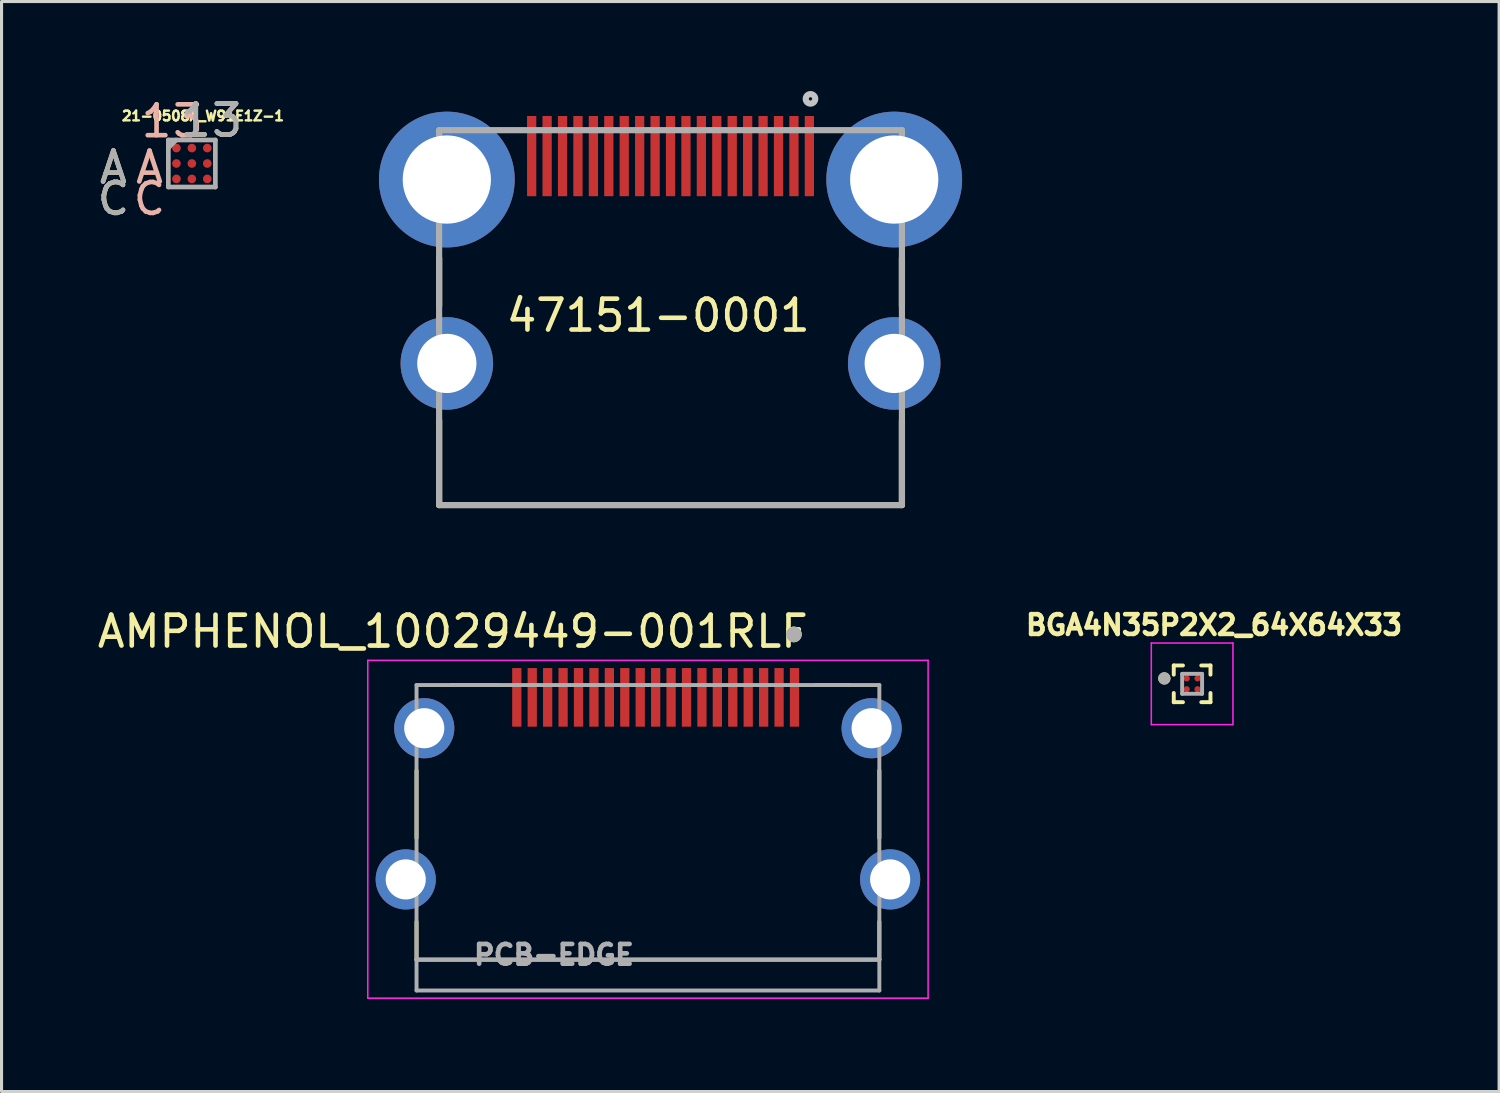
<source format=kicad_pcb>
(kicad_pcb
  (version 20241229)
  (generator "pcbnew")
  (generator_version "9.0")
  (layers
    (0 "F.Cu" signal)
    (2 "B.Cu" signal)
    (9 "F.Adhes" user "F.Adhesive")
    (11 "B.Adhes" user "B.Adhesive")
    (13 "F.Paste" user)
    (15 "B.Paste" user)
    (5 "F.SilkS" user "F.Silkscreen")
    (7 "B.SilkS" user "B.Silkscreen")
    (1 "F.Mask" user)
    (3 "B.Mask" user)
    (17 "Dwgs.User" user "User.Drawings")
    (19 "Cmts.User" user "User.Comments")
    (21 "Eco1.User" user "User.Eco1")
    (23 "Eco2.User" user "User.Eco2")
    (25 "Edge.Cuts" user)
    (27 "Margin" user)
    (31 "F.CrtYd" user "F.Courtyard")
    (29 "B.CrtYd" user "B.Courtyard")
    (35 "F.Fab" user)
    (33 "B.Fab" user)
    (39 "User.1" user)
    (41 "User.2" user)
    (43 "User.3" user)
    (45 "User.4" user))
  (footprint "21-0508A_W91E1Z-1"
    (layer "F.Cu")
    (at 3.168 2.249)
    (property "Reference" "21-0508A_W91E1Z-1" (at 0.36 -1.54 0) (layer "F.SilkS") (effects (font (size 0.315 0.315) (thickness 0.15))))
    (attr through_hole)
    (fp_line (start -0.762 -0.762) (end -0.762 0.762) (stroke (width 0.152) (type solid)) (layer "F.Fab"))
    (fp_line (start -0.762 0.762) (end 0.762 0.762) (stroke (width 0.152) (type solid)) (layer "F.Fab"))
    (fp_line (start -0.508 -0.762) (end -0.762 -0.508) (stroke (width 0.152) (type solid)) (layer "F.Fab"))
    (fp_line (start 0.762 -0.762) (end -0.762 -0.762) (stroke (width 0.152) (type solid)) (layer "F.Fab"))
    (fp_line (start 0.762 0.762) (end 0.762 -0.762) (stroke (width 0.152) (type solid)) (layer "F.Fab"))
    (fp_text user "C" (at -2.541 1.143 0) (layer "F.SilkS") (effects (font (size 1 1) (thickness 0.15))))
    (fp_text user "3" (at 1.144 -1.398 0) (layer "F.SilkS") (effects (font (size 1.001 1.001) (thickness 0.15))))
    (fp_text user "1" (at 0.127 -1.398 0) (layer "F.SilkS") (effects (font (size 1.001 1.001) (thickness 0.15))))
    (fp_text user "A" (at -2.544 0.127 0) (layer "F.SilkS") (effects (font (size 1.002 1.002) (thickness 0.15))))
    (fp_text user "C" (at -1.374 1.145 0) (layer "B.SilkS") (effects (font (size 1.002 1.002) (thickness 0.15))))
    (fp_text user "1" (at -1.144 -1.373 0) (layer "B.SilkS") (effects (font (size 1.001 1.001) (thickness 0.15))))
    (fp_text user "A" (at -1.372 0.127 0) (layer "B.SilkS") (effects (font (size 1 1) (thickness 0.15))))
    (fp_text user "3" (at -0.127 -1.372 0) (layer "B.SilkS") (effects (font (size 1 1) (thickness 0.15))))
    (fp_text user "1" (at 0.127 -1.399 0) (layer "F.Fab") (effects (font (size 1.002 1.002) (thickness 0.15))))
    (fp_text user "A" (at -2.543 0.127 0) (layer "F.Fab") (effects (font (size 1.001 1.001) (thickness 0.15))))
    (fp_text user "C" (at -2.543 1.144 0) (layer "F.Fab") (effects (font (size 1.001 1.001) (thickness 0.15))))
    (fp_text user "3" (at 1.144 -1.398 0) (layer "F.Fab") (effects (font (size 1.001 1.001) (thickness 0.15))))
    (pad "A1" smd circle (at -0.5 -0.5) (size 0.279 0.279) (layers "F.Cu" "F.Mask" "F.Paste"))
    (pad "A2" smd circle (at 0 -0.5) (size 0.279 0.279) (layers "F.Cu" "F.Mask" "F.Paste"))
    (pad "A3" smd circle (at 0.5 -0.5) (size 0.279 0.279) (layers "F.Cu" "F.Mask" "F.Paste"))
    (pad "B1" smd circle (at -0.5 0) (size 0.279 0.279) (layers "F.Cu" "F.Mask" "F.Paste"))
    (pad "B2" smd circle (at 0 0) (size 0.279 0.279) (layers "F.Cu" "F.Mask" "F.Paste"))
    (pad "B3" smd circle (at 0.5 0) (size 0.279 0.279) (layers "F.Cu" "F.Mask" "F.Paste"))
    (pad "C1" smd circle (at -0.5 0.5) (size 0.279 0.279) (layers "F.Cu" "F.Mask" "F.Paste"))
    (pad "C2" smd circle (at 0 0.5) (size 0.279 0.279) (layers "F.Cu" "F.Mask" "F.Paste"))
    (pad "C3" smd circle (at 0.5 0.5) (size 0.279 0.279) (layers "F.Cu" "F.Mask" "F.Paste")))
  (footprint "47151-0001"
    (layer "F.Cu")
    (at 18.682 13.319)
    (property "Reference" "47151-0001" (at -0.399 -6.144 0) (layer "F.SilkS") (effects (font (size 1 1) (thickness 0.15))))
    (attr through_hole)
    (fp_line (start -7.5 -8) (end -7.5 -6.45) (stroke (width 0.2) (type solid)) (layer "F.SilkS"))
    (fp_line (start -7.5 0) (end -7.5 -2.75) (stroke (width 0.2) (type solid)) (layer "F.SilkS"))
    (fp_line (start -7.5 0) (end 7.5 0) (stroke (width 0.2) (type solid)) (layer "F.SilkS"))
    (fp_line (start 7.5 -8) (end 7.5 -6.45) (stroke (width 0.2) (type solid)) (layer "F.SilkS"))
    (fp_line (start 7.5 0) (end 7.5 -2.75) (stroke (width 0.2) (type solid)) (layer "F.SilkS"))
    (fp_circle (center 4.536 -13.165) (end 4.59 -13.165) (stroke (width 0.2) (type solid)) (fill no) (layer "Dwgs.User"))
    (fp_line (start -7.5 -12.15) (end 7.5 -12.15) (stroke (width 0.2) (type solid)) (layer "F.Fab"))
    (fp_line (start -7.5 0) (end -7.5 -12.15) (stroke (width 0.2) (type solid)) (layer "F.Fab"))
    (fp_line (start 7.5 -12.15) (end 7.5 0) (stroke (width 0.2) (type solid)) (layer "F.Fab"))
    (fp_line (start 7.5 0) (end -7.5 0) (stroke (width 0.2) (type solid)) (layer "F.Fab"))
    (pad "1" smd rect (at 4.5 -11.31 90) (size 2.6 0.3) (layers "F.Cu" "F.Mask" "F.Paste"))
    (pad "2" smd rect (at 4 -11.31 90) (size 2.6 0.3) (layers "F.Cu" "F.Mask" "F.Paste"))
    (pad "3" smd rect (at 3.5 -11.31 90) (size 2.6 0.3) (layers "F.Cu" "F.Mask" "F.Paste"))
    (pad "4" smd rect (at 3 -11.31 90) (size 2.6 0.3) (layers "F.Cu" "F.Mask" "F.Paste"))
    (pad "5" smd rect (at 2.5 -11.31 90) (size 2.6 0.3) (layers "F.Cu" "F.Mask" "F.Paste"))
    (pad "6" smd rect (at 2 -11.31 90) (size 2.6 0.3) (layers "F.Cu" "F.Mask" "F.Paste"))
    (pad "7" smd rect (at 1.5 -11.31 90) (size 2.6 0.3) (layers "F.Cu" "F.Mask" "F.Paste"))
    (pad "8" smd rect (at 1 -11.31 90) (size 2.6 0.3) (layers "F.Cu" "F.Mask" "F.Paste"))
    (pad "9" smd rect (at 0.5 -11.31 90) (size 2.6 0.3) (layers "F.Cu" "F.Mask" "F.Paste"))
    (pad "10" smd rect (at 0 -11.31 90) (size 2.6 0.3) (layers "F.Cu" "F.Mask" "F.Paste"))
    (pad "11" smd rect (at -0.5 -11.31 90) (size 2.6 0.3) (layers "F.Cu" "F.Mask" "F.Paste"))
    (pad "12" smd rect (at -1 -11.31 90) (size 2.6 0.3) (layers "F.Cu" "F.Mask" "F.Paste"))
    (pad "13" smd rect (at -1.5 -11.31 90) (size 2.6 0.3) (layers "F.Cu" "F.Mask" "F.Paste"))
    (pad "14" smd rect (at -2 -11.31 90) (size 2.6 0.3) (layers "F.Cu" "F.Mask" "F.Paste"))
    (pad "15" smd rect (at -2.5 -11.31 90) (size 2.6 0.3) (layers "F.Cu" "F.Mask" "F.Paste"))
    (pad "16" smd rect (at -3 -11.31 90) (size 2.6 0.3) (layers "F.Cu" "F.Mask" "F.Paste"))
    (pad "17" smd rect (at -3.5 -11.31 90) (size 2.6 0.3) (layers "F.Cu" "F.Mask" "F.Paste"))
    (pad "18" smd rect (at -4 -11.31 90) (size 2.6 0.3) (layers "F.Cu" "F.Mask" "F.Paste"))
    (pad "19" smd rect (at -4.5 -11.31 90) (size 2.6 0.3) (layers "F.Cu" "F.Mask" "F.Paste"))
    (pad "20" thru_hole circle (at -7.25 -10.55) (size 4.4 4.4) (drill 2.86) (layers "*.Cu" "*.Mask"))
    (pad "21" thru_hole circle (at 7.25 -10.55) (size 4.4 4.4) (drill 2.86) (layers "*.Cu" "*.Mask"))
    (pad "22" thru_hole circle (at -7.25 -4.59) (size 3 3) (drill 1.92) (layers "*.Cu" "*.Mask"))
    (pad "23" thru_hole circle (at 7.25 -4.59) (size 3 3) (drill 1.92) (layers "*.Cu" "*.Mask")))
  (footprint "AMPHENOL_10029449-001RLF"
    (layer "F.Cu")
    (at 17.95 20.552)
    (property "Reference" "AMPHENOL_10029449-001RLF" (at -6.325 -3.135 0) (layer "F.SilkS") (effects (font (size 1 1) (thickness 0.15))))
    (attr through_hole)
    (fp_line (start -7.5 3.56) (end -7.5 1.37) (stroke (width 0.127) (type solid)) (layer "F.SilkS"))
    (fp_line (start -7.5 7.5) (end -7.5 6.27) (stroke (width 0.127) (type solid)) (layer "F.SilkS"))
    (fp_line (start -6.35 -1.4) (end -4.85 -1.4) (stroke (width 0.127) (type solid)) (layer "F.SilkS"))
    (fp_line (start 5.45 -1.4) (end 6.55 -1.4) (stroke (width 0.127) (type solid)) (layer "F.SilkS"))
    (fp_line (start 7.5 1.37) (end 7.5 3.56) (stroke (width 0.127) (type solid)) (layer "F.SilkS"))
    (fp_line (start 7.5 6.27) (end 7.5 7.5) (stroke (width 0.127) (type solid)) (layer "F.SilkS"))
    (fp_line (start 7.5 7.5) (end -7.5 7.5) (stroke (width 0.127) (type solid)) (layer "F.SilkS"))
    (fp_circle (center 4.73 -3.04) (end 4.984 -3.04) (stroke (width 0) (type solid)) (fill yes) (layer "F.SilkS"))
    (fp_line (start -9.08 -2.2) (end 9.08 -2.2) (stroke (width 0.05) (type solid)) (layer "F.CrtYd"))
    (fp_line (start -9.08 8.75) (end -9.08 -2.2) (stroke (width 0.05) (type solid)) (layer "F.CrtYd"))
    (fp_line (start 9.08 -2.2) (end 9.08 8.75) (stroke (width 0.05) (type solid)) (layer "F.CrtYd"))
    (fp_line (start 9.08 8.75) (end -9.08 8.75) (stroke (width 0.05) (type solid)) (layer "F.CrtYd"))
    (fp_line (start -7.5 -1.4) (end 7.5 -1.4) (stroke (width 0.127) (type solid)) (layer "F.Fab"))
    (fp_line (start -7.5 7.5) (end -7.5 -1.4) (stroke (width 0.127) (type solid)) (layer "F.Fab"))
    (fp_line (start -7.5 8.5) (end -7.5 7.5) (stroke (width 0.127) (type solid)) (layer "F.Fab"))
    (fp_line (start 7.5 -1.4) (end 7.5 7.5) (stroke (width 0.127) (type solid)) (layer "F.Fab"))
    (fp_line (start 7.5 7.5) (end -7.5 7.5) (stroke (width 0.127) (type solid)) (layer "F.Fab"))
    (fp_line (start 7.5 7.5) (end 7.5 8.5) (stroke (width 0.127) (type solid)) (layer "F.Fab"))
    (fp_line (start 7.5 8.5) (end -7.5 8.5) (stroke (width 0.127) (type solid)) (layer "F.Fab"))
    (fp_circle (center 4.73 -3.04) (end 4.984 -3.04) (stroke (width 0) (type solid)) (fill yes) (layer "F.Fab"))
    (fp_text user "PCB-EDGE" (at -3.048 7.343 0) (layer "F.Fab") (effects (font (size 0.64 0.64) (thickness 0.15))))
    (pad "1" smd rect (at 4.75 -1 90) (size 1.9 0.3) (layers "F.Cu" "F.Mask" "F.Paste"))
    (pad "2" smd rect (at 4.25 -1 90) (size 1.9 0.3) (layers "F.Cu" "F.Mask" "F.Paste"))
    (pad "3" smd rect (at 3.75 -1 90) (size 1.9 0.3) (layers "F.Cu" "F.Mask" "F.Paste"))
    (pad "4" smd rect (at 3.25 -1 90) (size 1.9 0.3) (layers "F.Cu" "F.Mask" "F.Paste"))
    (pad "5" smd rect (at 2.75 -1 90) (size 1.9 0.3) (layers "F.Cu" "F.Mask" "F.Paste"))
    (pad "6" smd rect (at 2.25 -1 90) (size 1.9 0.3) (layers "F.Cu" "F.Mask" "F.Paste"))
    (pad "7" smd rect (at 1.75 -1 90) (size 1.9 0.3) (layers "F.Cu" "F.Mask" "F.Paste"))
    (pad "8" smd rect (at 1.25 -1 90) (size 1.9 0.3) (layers "F.Cu" "F.Mask" "F.Paste"))
    (pad "9" smd rect (at 0.75 -1 90) (size 1.9 0.3) (layers "F.Cu" "F.Mask" "F.Paste"))
    (pad "10" smd rect (at 0.25 -1 90) (size 1.9 0.3) (layers "F.Cu" "F.Mask" "F.Paste"))
    (pad "11" smd rect (at -0.25 -1 90) (size 1.9 0.3) (layers "F.Cu" "F.Mask" "F.Paste"))
    (pad "12" smd rect (at -0.75 -1 90) (size 1.9 0.3) (layers "F.Cu" "F.Mask" "F.Paste"))
    (pad "13" smd rect (at -1.25 -1 90) (size 1.9 0.3) (layers "F.Cu" "F.Mask" "F.Paste"))
    (pad "14" smd rect (at -1.75 -1 90) (size 1.9 0.3) (layers "F.Cu" "F.Mask" "F.Paste"))
    (pad "15" smd rect (at -2.25 -1 90) (size 1.9 0.3) (layers "F.Cu" "F.Mask" "F.Paste"))
    (pad "16" smd rect (at -2.75 -1 90) (size 1.9 0.3) (layers "F.Cu" "F.Mask" "F.Paste"))
    (pad "17" smd rect (at -3.25 -1 90) (size 1.9 0.3) (layers "F.Cu" "F.Mask" "F.Paste"))
    (pad "18" smd rect (at -3.75 -1 90) (size 1.9 0.3) (layers "F.Cu" "F.Mask" "F.Paste"))
    (pad "19" smd rect (at -4.25 -1 90) (size 1.9 0.3) (layers "F.Cu" "F.Mask" "F.Paste"))
    (pad "S1" thru_hole circle (at 7.25 0) (size 1.95 1.95) (drill 1.3) (layers "*.Cu" "*.Mask"))
    (pad "S2" thru_hole circle (at -7.25 0) (size 1.95 1.95) (drill 1.3) (layers "*.Cu" "*.Mask"))
    (pad "S3" thru_hole circle (at -7.85 4.9) (size 1.95 1.95) (drill 1.3) (layers "*.Cu" "*.Mask"))
    (pad "S4" thru_hole circle (at 7.85 4.9) (size 1.95 1.95) (drill 1.3) (layers "*.Cu" "*.Mask")))
  (footprint "BGA4N35P2X2_64X64X33"
    (layer "F.Cu")
    (at 35.587 19.113)
    (property "Reference" "BGA4N35P2X2_64X64X33" (at 0.71 -1.906 0) (layer "F.SilkS") (effects (font (size 0.64 0.64) (thickness 0.15))))
    (attr through_hole)
    (fp_circle (center -0.175 -0.175) (end -0.1 -0.175) (stroke (width 0.15) (type solid)) (fill no) (layer "F.Mask"))
    (fp_circle (center -0.175 0.175) (end -0.1 0.175) (stroke (width 0.15) (type solid)) (fill no) (layer "F.Mask"))
    (fp_circle (center 0.175 -0.175) (end 0.25 -0.175) (stroke (width 0.15) (type solid)) (fill no) (layer "F.Mask"))
    (fp_circle (center 0.175 0.175) (end 0.25 0.175) (stroke (width 0.15) (type solid)) (fill no) (layer "F.Mask"))
    (fp_line (start -0.595 -0.595) (end -0.595 -0.297) (stroke (width 0.127) (type solid)) (layer "F.SilkS"))
    (fp_line (start -0.595 -0.595) (end -0.297 -0.595) (stroke (width 0.127) (type solid)) (layer "F.SilkS"))
    (fp_line (start -0.595 0.595) (end -0.595 0.297) (stroke (width 0.127) (type solid)) (layer "F.SilkS"))
    (fp_line (start -0.595 0.595) (end -0.297 0.595) (stroke (width 0.127) (type solid)) (layer "F.SilkS"))
    (fp_line (start 0.595 -0.595) (end 0.297 -0.595) (stroke (width 0.127) (type solid)) (layer "F.SilkS"))
    (fp_line (start 0.595 -0.595) (end 0.595 -0.297) (stroke (width 0.127) (type solid)) (layer "F.SilkS"))
    (fp_line (start 0.595 0.595) (end 0.297 0.595) (stroke (width 0.127) (type solid)) (layer "F.SilkS"))
    (fp_line (start 0.595 0.595) (end 0.595 0.297) (stroke (width 0.127) (type solid)) (layer "F.SilkS"))
    (fp_circle (center -0.9 -0.175) (end -0.8 -0.175) (stroke (width 0.2) (type solid)) (fill no) (layer "F.SilkS"))
    (fp_line (start -1.323 -1.323) (end 1.323 -1.323) (stroke (width 0.05) (type solid)) (layer "F.CrtYd"))
    (fp_line (start -1.323 1.323) (end -1.323 -1.323) (stroke (width 0.05) (type solid)) (layer "F.CrtYd"))
    (fp_line (start -1.323 1.323) (end 1.323 1.323) (stroke (width 0.05) (type solid)) (layer "F.CrtYd"))
    (fp_line (start 1.323 1.323) (end 1.323 -1.323) (stroke (width 0.05) (type solid)) (layer "F.CrtYd"))
    (fp_line (start -0.323 0.323) (end -0.323 -0.323) (stroke (width 0.127) (type solid)) (layer "F.Fab"))
    (fp_line (start 0.323 -0.323) (end -0.323 -0.323) (stroke (width 0.127) (type solid)) (layer "F.Fab"))
    (fp_line (start 0.323 0.323) (end -0.323 0.323) (stroke (width 0.127) (type solid)) (layer "F.Fab"))
    (fp_line (start 0.323 0.323) (end 0.323 -0.323) (stroke (width 0.127) (type solid)) (layer "F.Fab"))
    (fp_circle (center -0.9 -0.175) (end -0.8 -0.175) (stroke (width 0.2) (type solid)) (fill no) (layer "F.Fab"))
    (pad "A1" smd circle (at -0.175 -0.175) (size 0.2 0.2) (layers "F.Cu" "F.Paste"))
    (pad "A2" smd circle (at 0.175 -0.175) (size 0.2 0.2) (layers "F.Cu" "F.Paste"))
    (pad "B1" smd circle (at -0.175 0.175) (size 0.2 0.2) (layers "F.Cu" "F.Paste"))
    (pad "B2" smd circle (at 0.175 0.175) (size 0.2 0.2) (layers "F.Cu" "F.Paste")))
  (gr_rect
    (start -3 -3)
    (end 45.537 32.327)
    (stroke (width 0.1) (type default))
    (fill no)
    (layer "Edge.Cuts")))
</source>
